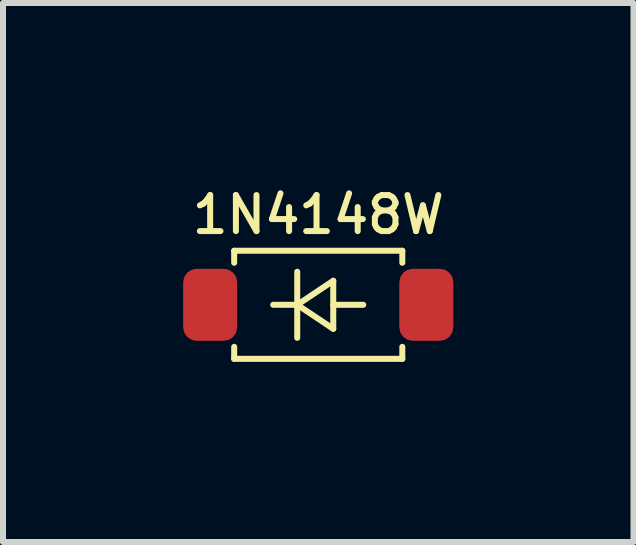
<source format=kicad_pcb>
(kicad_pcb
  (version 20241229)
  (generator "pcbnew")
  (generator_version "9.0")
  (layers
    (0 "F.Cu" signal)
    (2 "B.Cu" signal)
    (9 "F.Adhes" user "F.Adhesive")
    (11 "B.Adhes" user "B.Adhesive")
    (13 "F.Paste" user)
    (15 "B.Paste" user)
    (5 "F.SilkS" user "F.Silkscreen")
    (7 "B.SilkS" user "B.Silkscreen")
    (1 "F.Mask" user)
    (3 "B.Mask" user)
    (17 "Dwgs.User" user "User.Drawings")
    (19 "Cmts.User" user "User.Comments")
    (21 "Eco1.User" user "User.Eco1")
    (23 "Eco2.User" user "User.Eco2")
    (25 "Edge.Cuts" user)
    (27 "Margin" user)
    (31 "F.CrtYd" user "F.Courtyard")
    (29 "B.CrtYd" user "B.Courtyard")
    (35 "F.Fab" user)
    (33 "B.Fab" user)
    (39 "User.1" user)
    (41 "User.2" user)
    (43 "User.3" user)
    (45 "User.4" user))
  (footprint "1N4148W"
    (layer "F.Cu")
    (at 2.25 2.026)
    (property "Reference" "1N4148W" (at 0 -1.5 0) (layer "F.SilkS") (effects (font (size 0.6 0.6) (thickness 0.1))))
    (attr smd)
    (fp_line (start -1.4 -0.9) (end -1.4 -0.7) (stroke (width 0.1) (type solid)) (layer "F.SilkS"))
    (fp_line (start -1.4 -0.9) (end 1.4 -0.9) (stroke (width 0.1) (type solid)) (layer "F.SilkS"))
    (fp_line (start -1.4 0.9) (end -1.4 0.7) (stroke (width 0.1) (type solid)) (layer "F.SilkS"))
    (fp_line (start -0.75 0) (end -0.35 0) (stroke (width 0.1) (type solid)) (layer "F.SilkS"))
    (fp_line (start -0.35 0) (end -0.35 -0.55) (stroke (width 0.1) (type solid)) (layer "F.SilkS"))
    (fp_line (start -0.35 0) (end -0.35 0.55) (stroke (width 0.1) (type solid)) (layer "F.SilkS"))
    (fp_line (start -0.35 0) (end 0.25 -0.4) (stroke (width 0.1) (type solid)) (layer "F.SilkS"))
    (fp_line (start 0.25 -0.4) (end 0.25 0.4) (stroke (width 0.1) (type solid)) (layer "F.SilkS"))
    (fp_line (start 0.25 0) (end 0.75 0) (stroke (width 0.1) (type solid)) (layer "F.SilkS"))
    (fp_line (start 0.25 0.4) (end -0.35 0) (stroke (width 0.1) (type solid)) (layer "F.SilkS"))
    (fp_line (start 1.4 -0.9) (end 1.4 -0.7) (stroke (width 0.1) (type solid)) (layer "F.SilkS"))
    (fp_line (start 1.4 0.9) (end -1.4 0.9) (stroke (width 0.1) (type solid)) (layer "F.SilkS"))
    (fp_line (start 1.4 0.9) (end 1.4 0.7) (stroke (width 0.1) (type solid)) (layer "F.SilkS"))
    (pad "1" smd roundrect (at -1.8 0) (size 0.9 1.2) (layers "F.Cu" "F.Mask" "F.Paste") (roundrect_rratio 0.25))
    (pad "2" smd roundrect (at 1.8 0) (size 0.9 1.2) (layers "F.Cu" "F.Mask" "F.Paste") (roundrect_rratio 0.25)))
  (gr_rect
    (start -3 -3)
    (end 7.5 5.976)
    (stroke (width 0.1) (type default))
    (fill no)
    (layer "Edge.Cuts")))
</source>
